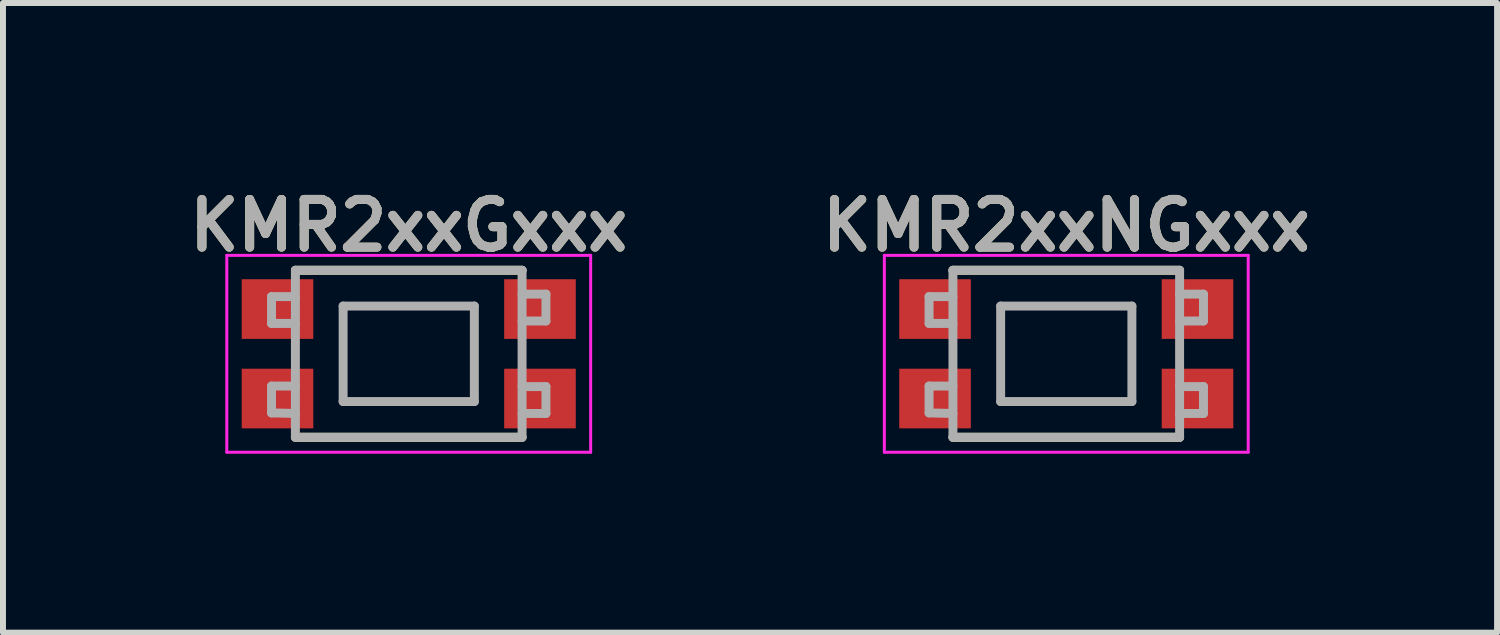
<source format=kicad_pcb>
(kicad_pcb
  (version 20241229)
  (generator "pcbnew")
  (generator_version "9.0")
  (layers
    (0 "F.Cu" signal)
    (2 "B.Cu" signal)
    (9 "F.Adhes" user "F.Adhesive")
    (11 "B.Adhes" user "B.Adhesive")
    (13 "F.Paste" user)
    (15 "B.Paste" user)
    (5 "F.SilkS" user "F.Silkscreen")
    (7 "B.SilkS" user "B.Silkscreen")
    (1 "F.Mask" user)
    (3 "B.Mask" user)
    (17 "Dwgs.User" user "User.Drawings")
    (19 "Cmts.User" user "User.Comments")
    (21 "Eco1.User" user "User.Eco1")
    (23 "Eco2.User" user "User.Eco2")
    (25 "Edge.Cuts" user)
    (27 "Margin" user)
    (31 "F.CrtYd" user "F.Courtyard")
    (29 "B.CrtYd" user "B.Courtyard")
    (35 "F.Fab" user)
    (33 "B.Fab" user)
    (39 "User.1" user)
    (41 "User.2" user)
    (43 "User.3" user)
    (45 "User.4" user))
  (footprint "KMR2xxNGxxx"
    (layer "F.Cu")
    (at 14.825 2.881)
    (property "Reference" "KMR2xxNGxxx" (at 0 -2.15 0) (layer "F.SilkS") (effects (font (size 0.8 0.8) (thickness 0.15))))
    (attr smd)
    (fp_line (start -1.9 -1.4) (end 1.9 -1.4) (stroke (width 0.15) (type solid)) (layer "F.SilkS"))
    (fp_line (start -1.9 1.4) (end 1.9 1.4) (stroke (width 0.15) (type solid)) (layer "F.SilkS"))
    (fp_line (start -3.05 -1.65) (end 3.05 -1.65) (stroke (width 0.05) (type solid)) (layer "F.CrtYd"))
    (fp_line (start -3.05 1.65) (end -3.05 -1.65) (stroke (width 0.05) (type solid)) (layer "F.CrtYd"))
    (fp_line (start 3.05 -1.65) (end 3.05 1.65) (stroke (width 0.05) (type solid)) (layer "F.CrtYd"))
    (fp_line (start 3.05 1.65) (end -3.05 1.65) (stroke (width 0.05) (type solid)) (layer "F.CrtYd"))
    (fp_line (start -2.3 -0.959) (end -1.9 -0.959) (stroke (width 0.15) (type solid)) (layer "F.Fab"))
    (fp_line (start -2.3 -0.509) (end -2.3 -0.959) (stroke (width 0.15) (type solid)) (layer "F.Fab"))
    (fp_line (start -2.3 0.541) (end -1.9 0.541) (stroke (width 0.15) (type solid)) (layer "F.Fab"))
    (fp_line (start -2.3 0.991) (end -2.3 0.541) (stroke (width 0.15) (type solid)) (layer "F.Fab"))
    (fp_line (start -1.9 -1.4) (end 1.9 -1.4) (stroke (width 0.15) (type solid)) (layer "F.Fab"))
    (fp_line (start -1.9 -0.509) (end -2.3 -0.509) (stroke (width 0.15) (type solid)) (layer "F.Fab"))
    (fp_line (start -1.9 1) (end -2.3 0.991) (stroke (width 0.15) (type solid)) (layer "F.Fab"))
    (fp_line (start -1.9 1.4) (end -1.9 -1.4) (stroke (width 0.15) (type solid)) (layer "F.Fab"))
    (fp_line (start -1.1 -0.8) (end -1.1 0.8) (stroke (width 0.15) (type solid)) (layer "F.Fab"))
    (fp_line (start -1.1 0.8) (end 1.1 0.8) (stroke (width 0.15) (type solid)) (layer "F.Fab"))
    (fp_line (start 1.1 -0.8) (end -1.1 -0.8) (stroke (width 0.15) (type solid)) (layer "F.Fab"))
    (fp_line (start 1.1 0.8) (end 1.1 -0.8) (stroke (width 0.15) (type solid)) (layer "F.Fab"))
    (fp_line (start 1.9 -1.4) (end 1.9 1.4) (stroke (width 0.15) (type solid)) (layer "F.Fab"))
    (fp_line (start 1.9 -1) (end 2.3 -1) (stroke (width 0.15) (type solid)) (layer "F.Fab"))
    (fp_line (start 1.9 0.55) (end 2.3 0.55) (stroke (width 0.15) (type solid)) (layer "F.Fab"))
    (fp_line (start 1.9 1.4) (end -1.9 1.4) (stroke (width 0.15) (type solid)) (layer "F.Fab"))
    (fp_line (start 2.3 -1) (end 2.3 -0.55) (stroke (width 0.15) (type solid)) (layer "F.Fab"))
    (fp_line (start 2.3 -0.55) (end 1.9 -0.55) (stroke (width 0.15) (type solid)) (layer "F.Fab"))
    (fp_line (start 2.3 0.55) (end 2.3 1) (stroke (width 0.15) (type solid)) (layer "F.Fab"))
    (fp_line (start 2.3 1) (end 1.9 1) (stroke (width 0.15) (type solid)) (layer "F.Fab"))
    (fp_text user "${REFERENCE}" (at 0 -2.15 0) (layer "F.Fab") (effects (font (size 0.8 0.8) (thickness 0.15))))
    (pad "1" smd rect (at 2.2 -0.75) (size 1.2 1) (layers "F.Cu" "F.Mask" "F.Paste"))
    (pad "2" smd rect (at 2.2 0.75) (size 1.2 1) (layers "F.Cu" "F.Mask" "F.Paste"))
    (pad "3" smd rect (at -2.2 0.75) (size 1.2 1) (layers "F.Cu" "F.Mask" "F.Paste"))
    (pad "4" smd rect (at -2.2 -0.75) (size 1.2 1) (layers "F.Cu" "F.Mask" "F.Paste")))
  (footprint "KMR2xxGxxx"
    (layer "F.Cu")
    (at 3.802 2.881)
    (property "Reference" "KMR2xxGxxx" (at 0 -2.15 0) (layer "F.SilkS") (effects (font (size 0.8 0.8) (thickness 0.15))))
    (attr smd)
    (fp_line (start -1.9 -1.4) (end 1.9 -1.4) (stroke (width 0.15) (type solid)) (layer "F.SilkS"))
    (fp_line (start -1.9 1.4) (end 1.9 1.4) (stroke (width 0.15) (type solid)) (layer "F.SilkS"))
    (fp_line (start -3.05 -1.65) (end 3.05 -1.65) (stroke (width 0.05) (type solid)) (layer "F.CrtYd"))
    (fp_line (start -3.05 1.65) (end -3.05 -1.65) (stroke (width 0.05) (type solid)) (layer "F.CrtYd"))
    (fp_line (start 3.05 -1.65) (end 3.05 1.65) (stroke (width 0.05) (type solid)) (layer "F.CrtYd"))
    (fp_line (start 3.05 1.65) (end -3.05 1.65) (stroke (width 0.05) (type solid)) (layer "F.CrtYd"))
    (fp_line (start -2.3 -0.959) (end -1.9 -0.959) (stroke (width 0.15) (type solid)) (layer "F.Fab"))
    (fp_line (start -2.3 -0.509) (end -2.3 -0.959) (stroke (width 0.15) (type solid)) (layer "F.Fab"))
    (fp_line (start -2.3 0.541) (end -1.9 0.541) (stroke (width 0.15) (type solid)) (layer "F.Fab"))
    (fp_line (start -2.3 0.991) (end -2.3 0.541) (stroke (width 0.15) (type solid)) (layer "F.Fab"))
    (fp_line (start -1.9 -1.4) (end 1.9 -1.4) (stroke (width 0.15) (type solid)) (layer "F.Fab"))
    (fp_line (start -1.9 -0.509) (end -2.3 -0.509) (stroke (width 0.15) (type solid)) (layer "F.Fab"))
    (fp_line (start -1.9 1) (end -2.3 0.991) (stroke (width 0.15) (type solid)) (layer "F.Fab"))
    (fp_line (start -1.9 1.4) (end -1.9 -1.4) (stroke (width 0.15) (type solid)) (layer "F.Fab"))
    (fp_line (start -1.1 -0.8) (end -1.1 0.8) (stroke (width 0.15) (type solid)) (layer "F.Fab"))
    (fp_line (start -1.1 0.8) (end 1.1 0.8) (stroke (width 0.15) (type solid)) (layer "F.Fab"))
    (fp_line (start 1.1 -0.8) (end -1.1 -0.8) (stroke (width 0.15) (type solid)) (layer "F.Fab"))
    (fp_line (start 1.1 0.8) (end 1.1 -0.8) (stroke (width 0.15) (type solid)) (layer "F.Fab"))
    (fp_line (start 1.9 -1.4) (end 1.9 1.4) (stroke (width 0.15) (type solid)) (layer "F.Fab"))
    (fp_line (start 1.9 -1) (end 2.3 -1) (stroke (width 0.15) (type solid)) (layer "F.Fab"))
    (fp_line (start 1.9 0.55) (end 2.3 0.55) (stroke (width 0.15) (type solid)) (layer "F.Fab"))
    (fp_line (start 1.9 1.4) (end -1.9 1.4) (stroke (width 0.15) (type solid)) (layer "F.Fab"))
    (fp_line (start 2.3 -1) (end 2.3 -0.55) (stroke (width 0.15) (type solid)) (layer "F.Fab"))
    (fp_line (start 2.3 -0.55) (end 1.9 -0.55) (stroke (width 0.15) (type solid)) (layer "F.Fab"))
    (fp_line (start 2.3 0.55) (end 2.3 1) (stroke (width 0.15) (type solid)) (layer "F.Fab"))
    (fp_line (start 2.3 1) (end 1.9 1) (stroke (width 0.15) (type solid)) (layer "F.Fab"))
    (fp_text user "${REFERENCE}" (at 0 -2.15 0) (layer "F.Fab") (effects (font (size 0.8 0.8) (thickness 0.15))))
    (pad "1" smd rect (at 2.2 -0.75) (size 1.2 1) (layers "F.Cu" "F.Mask" "F.Paste"))
    (pad "2" smd rect (at 2.2 0.75) (size 1.2 1) (layers "F.Cu" "F.Mask" "F.Paste"))
    (pad "3" smd rect (at -2.2 0.75) (size 1.2 1) (layers "F.Cu" "F.Mask" "F.Paste"))
    (pad "4" smd rect (at -2.2 -0.75) (size 1.2 1) (layers "F.Cu" "F.Mask" "F.Paste")))
  (gr_rect
    (start -3 -3)
    (end 22.047 7.556)
    (stroke (width 0.1) (type default))
    (fill no)
    (layer "Edge.Cuts")))
</source>
